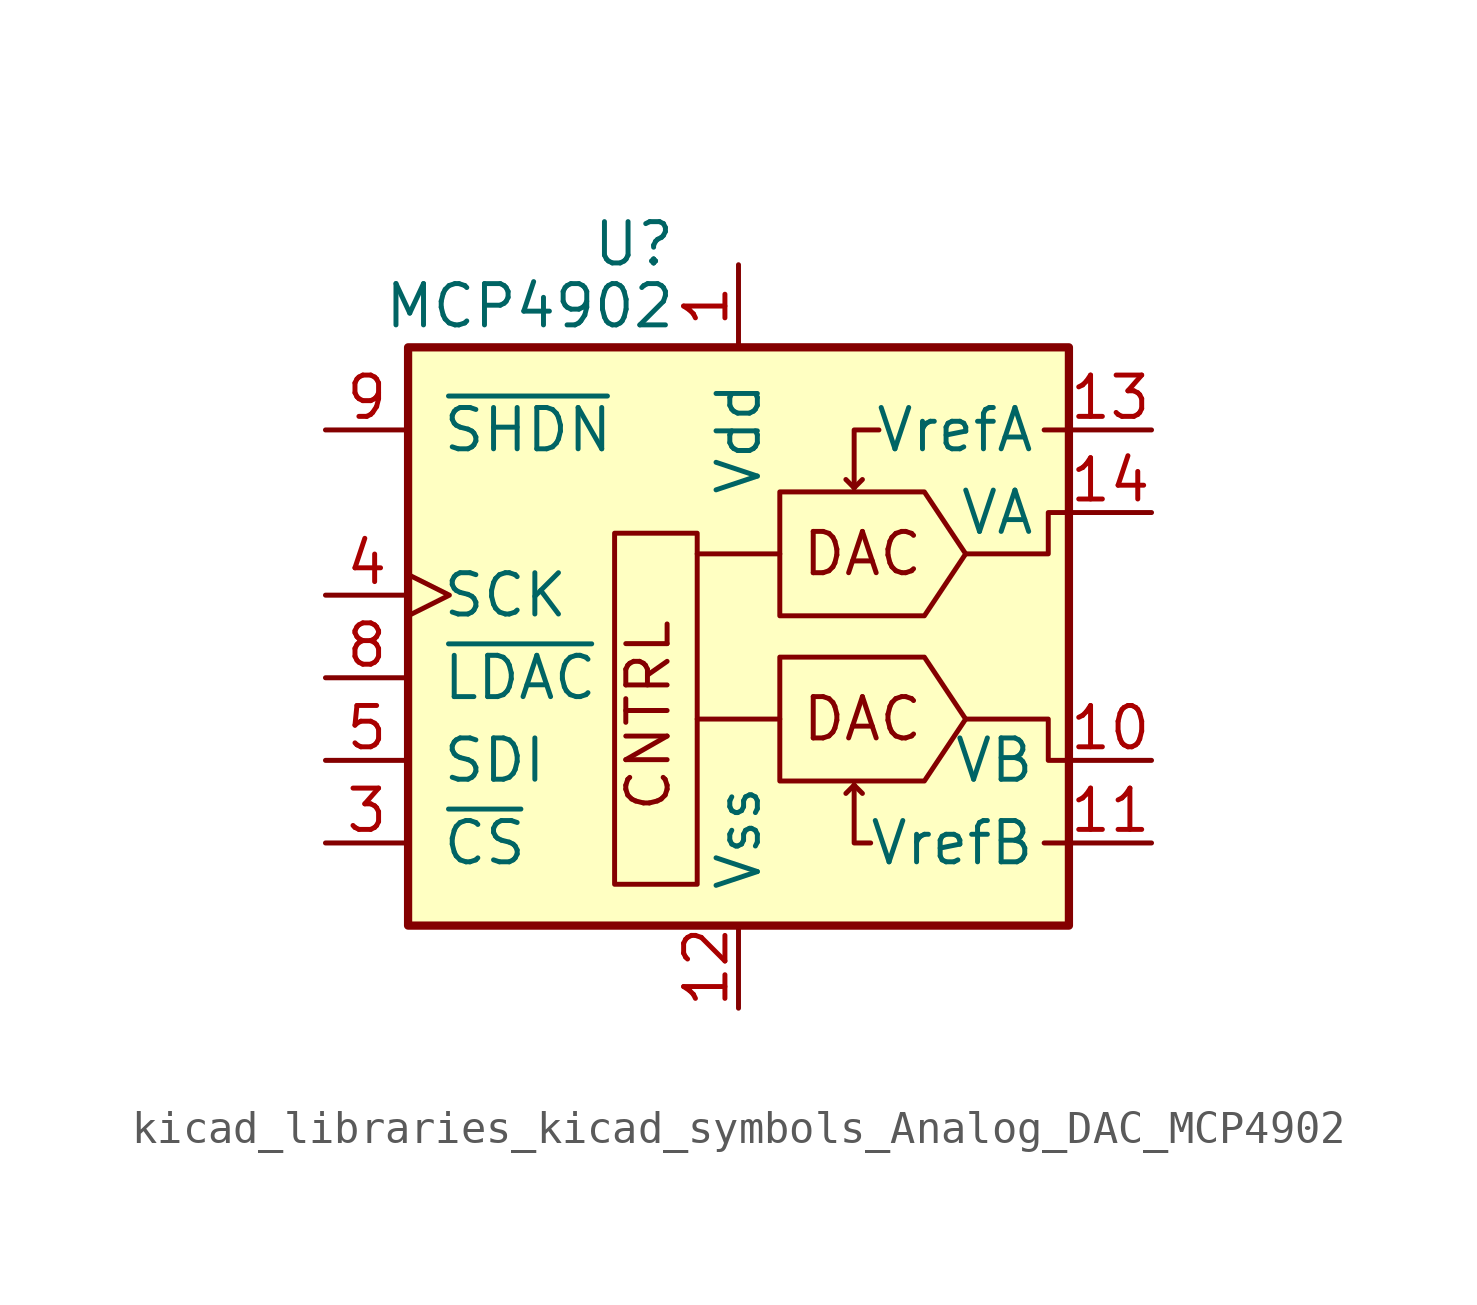
<source format=kicad_sym>
(kicad_symbol_lib
  (version 20220914)
  (generator kicad_symbol_editor)
  (symbol "kicad_libraries_kicad_symbols_Analog_DAC_MCP4902"
    (pin_names
      (offset 1.016))
    (property "Reference" "U"
      (at -1.905 10.795 0)
      (effects (font (size 1.27 1.27)) (justify right)))
    (property "Value" "MCP4902"
      (at -1.905 8.89 0)
      (effects (font (size 1.27 1.27)) (justify right)))
    (symbol "kicad_libraries_kicad_symbols_Analog_DAC_MCP4902_0_0"
      (polyline (pts (xy 3.556 -5.842) (xy 3.302 -6.096)) (stroke (width 0) (type default)) (fill (type none)))
      (polyline (pts (xy 3.556 -5.842) (xy 3.81 -6.096)) (stroke (width 0) (type default)) (fill (type none)))
      (polyline (pts (xy 3.556 3.302) (xy 3.302 3.556)) (stroke (width 0) (type default)) (fill (type none)))
      (polyline (pts (xy 3.556 3.302) (xy 3.81 3.556)) (stroke (width 0) (type default)) (fill (type none)))
      (polyline (pts (xy 10.16 -7.62) (xy 9.398 -7.62)) (stroke (width 0) (type default)) (fill (type none)))
      (polyline (pts (xy 10.16 5.08) (xy 9.398 5.08)) (stroke (width 0) (type default)) (fill (type none)))
      (polyline (pts (xy 4.064 -7.62) (xy 3.556 -7.62) (xy 3.556 -5.842)) (stroke (width 0) (type default)) (fill (type none)))
      (polyline (pts (xy 4.318 5.08) (xy 3.556 5.08) (xy 3.556 3.302)) (stroke (width 0) (type default)) (fill (type none)))
      (polyline (pts (xy 6.985 -3.81) (xy 9.525 -3.81) (xy 9.525 -5.08) (xy 10.16 -5.08)) (stroke (width 0) (type default)) (fill (type none)))
      (polyline (pts (xy 6.985 1.27) (xy 9.525 1.27) (xy 9.525 2.54) (xy 10.16 2.54)) (stroke (width 0) (type default)) (fill (type none)))
      (text "CNTRL" (at -2.032 -6.731 900) (effects (font (size 1.27 1.27)) (justify left bottom)))
      (text "DAC" (at 3.81 -3.81 0) (effects (font (size 1.27 1.27))))
      (text "DAC" (at 3.81 1.27 0) (effects (font (size 1.27 1.27)))))
    (symbol "kicad_libraries_kicad_symbols_Analog_DAC_MCP4902_0_1"
      (rectangle (start -10.16 7.62) (end 10.16 -10.16) (stroke (width 0.254) (type default)) (fill (type background)))
      (rectangle (start -1.27 -8.89) (end -3.81 1.905) (stroke (width 0) (type default)) (fill (type none)))
      (polyline (pts (xy 1.27 -3.81) (xy -1.27 -3.81)) (stroke (width 0) (type default)) (fill (type none)))
      (polyline (pts (xy 1.27 1.27) (xy -1.27 1.27)) (stroke (width 0) (type default)) (fill (type none)))
      (polyline (pts (xy 6.985 -3.81) (xy 5.715 -1.905) (xy 1.27 -1.905) (xy 1.27 -5.715) (xy 5.715 -5.715) (xy 6.985 -3.81)) (stroke (width 0) (type default)) (fill (type none)))
      (polyline (pts (xy 6.985 1.27) (xy 5.715 3.175) (xy 1.27 3.175) (xy 1.27 -0.635) (xy 5.715 -0.635) (xy 6.985 1.27)) (stroke (width 0) (type default)) (fill (type none))))
    (symbol "kicad_libraries_kicad_symbols_Analog_DAC_MCP4902_1_1"
      (pin power_in line (at 0 10.16 270) (length 2.54) (name "Vdd" (effects (font (size 1.27 1.27)))) (number "1" (effects (font (size 1.27 1.27)))))
      (pin output line (at 12.7 -5.08 180) (length 2.54) (name "VB" (effects (font (size 1.27 1.27)))) (number "10" (effects (font (size 1.27 1.27)))))
      (pin input line (at 12.7 -7.62 180) (length 2.54) (name "VrefB" (effects (font (size 1.27 1.27)))) (number "11" (effects (font (size 1.27 1.27)))))
      (pin power_in line (at 0 -12.7 90) (length 2.54) (name "Vss" (effects (font (size 1.27 1.27)))) (number "12" (effects (font (size 1.27 1.27)))))
      (pin input line (at 12.7 5.08 180) (length 2.54) (name "VrefA" (effects (font (size 1.27 1.27)))) (number "13" (effects (font (size 1.27 1.27)))))
      (pin output line (at 12.7 2.54 180) (length 2.54) (name "VA" (effects (font (size 1.27 1.27)))) (number "14" (effects (font (size 1.27 1.27)))))
      (pin no_connect line (at -7.62 -10.16 90) (length 2.54) hide (name "NC" (effects (font (size 1.27 1.27)))) (number "2" (effects (font (size 1.27 1.27)))))
      (pin input line (at -12.7 -7.62 0) (length 2.54) (name "~{CS}" (effects (font (size 1.27 1.27)))) (number "3" (effects (font (size 1.27 1.27)))))
      (pin input clock (at -12.7 0 0) (length 2.54) (name "SCK" (effects (font (size 1.27 1.27)))) (number "4" (effects (font (size 1.27 1.27)))))
      (pin input line (at -12.7 -5.08 0) (length 2.54) (name "SDI" (effects (font (size 1.27 1.27)))) (number "5" (effects (font (size 1.27 1.27)))))
      (pin no_connect line (at -5.08 -10.16 90) (length 2.54) hide (name "NC" (effects (font (size 1.27 1.27)))) (number "6" (effects (font (size 1.27 1.27)))))
      (pin no_connect line (at -2.54 -10.16 90) (length 2.54) hide (name "NC" (effects (font (size 1.27 1.27)))) (number "7" (effects (font (size 1.27 1.27)))))
      (pin input line (at -12.7 -2.54 0) (length 2.54) (name "~{LDAC}" (effects (font (size 1.27 1.27)))) (number "8" (effects (font (size 1.27 1.27)))))
      (pin output line (at -12.7 5.08 0) (length 2.54) (name "~{SHDN}" (effects (font (size 1.27 1.27)))) (number "9" (effects (font (size 1.27 1.27))))))))
</source>
